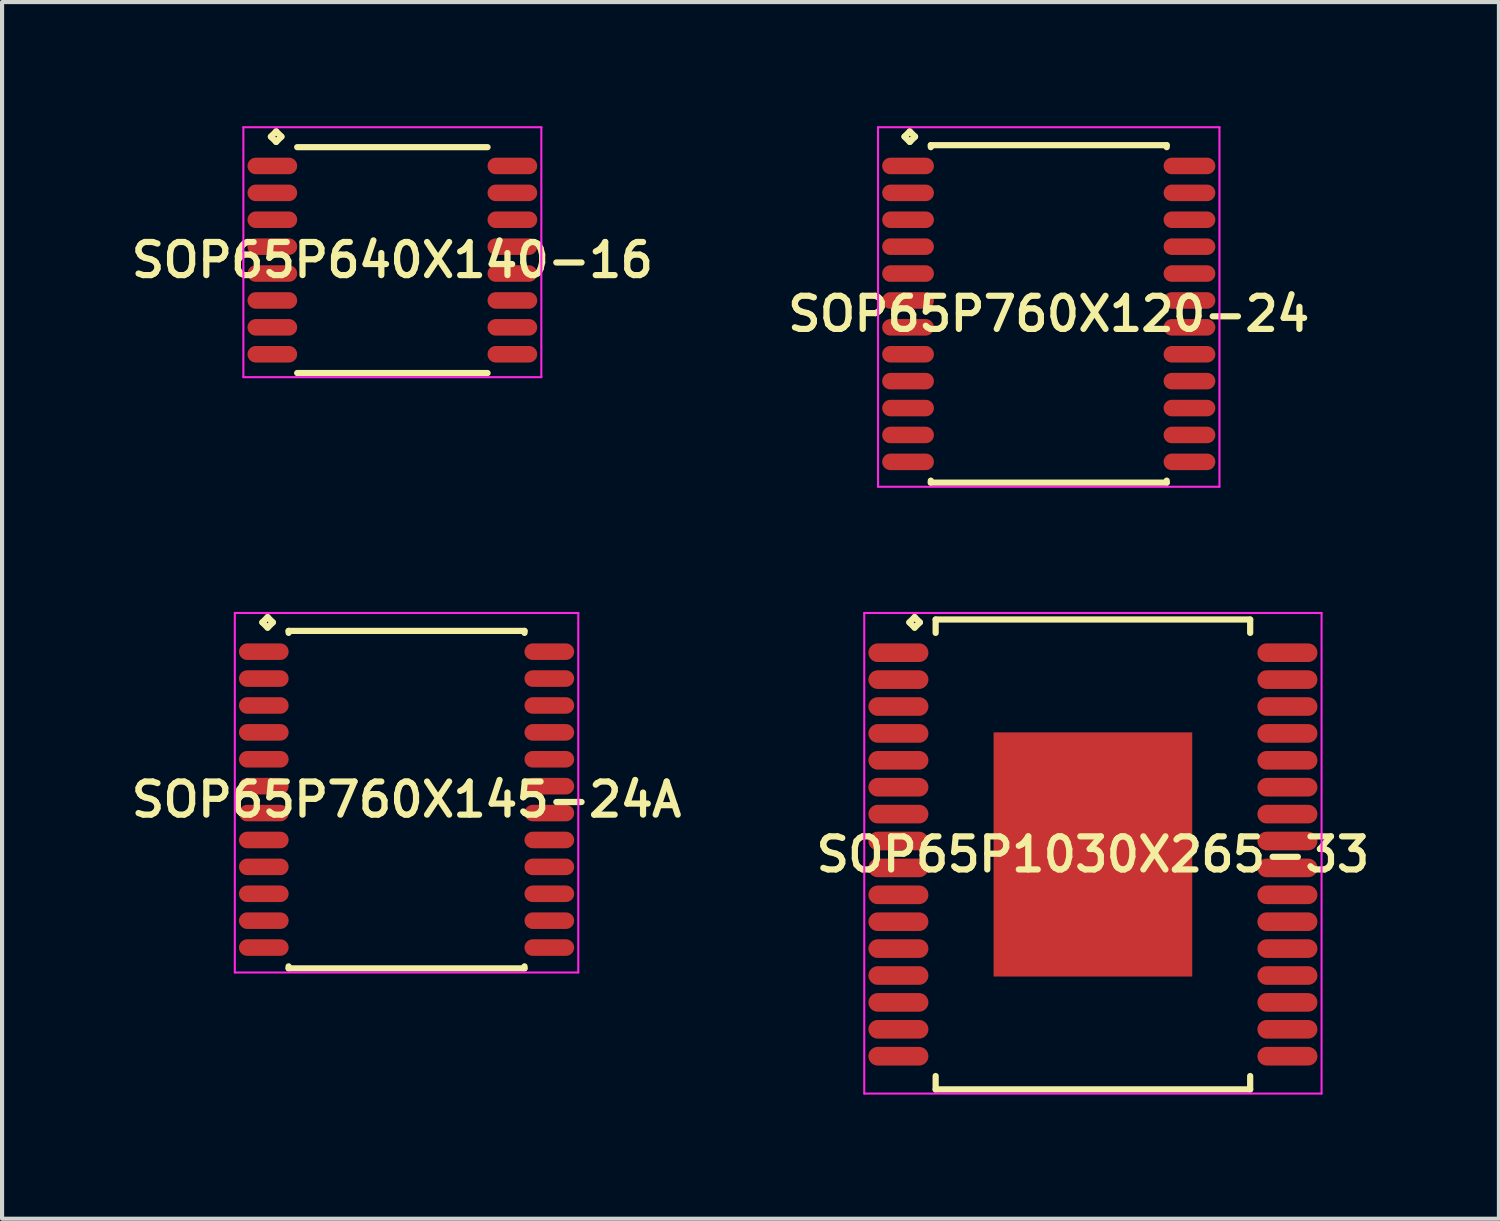
<source format=kicad_pcb>
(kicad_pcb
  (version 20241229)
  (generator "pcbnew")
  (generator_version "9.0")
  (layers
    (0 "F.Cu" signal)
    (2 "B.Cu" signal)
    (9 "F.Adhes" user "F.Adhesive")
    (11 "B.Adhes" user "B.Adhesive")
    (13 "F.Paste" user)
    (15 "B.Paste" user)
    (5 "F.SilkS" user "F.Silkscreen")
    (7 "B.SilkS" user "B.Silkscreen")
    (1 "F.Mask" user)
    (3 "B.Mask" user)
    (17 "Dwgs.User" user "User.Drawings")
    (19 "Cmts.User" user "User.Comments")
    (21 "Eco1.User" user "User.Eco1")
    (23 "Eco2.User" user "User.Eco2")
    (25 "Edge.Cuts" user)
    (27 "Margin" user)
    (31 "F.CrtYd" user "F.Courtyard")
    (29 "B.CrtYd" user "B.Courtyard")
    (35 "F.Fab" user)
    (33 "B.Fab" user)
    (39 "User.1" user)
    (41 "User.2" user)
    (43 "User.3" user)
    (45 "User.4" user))
  (footprint "SOP65P760X145-24A"
    (layer "F.Cu")
    (at 6.774 16.272)
    (property "Reference" "SOP65P760X145-24A" (at 0 0 0) (layer "F.SilkS") (effects (font (size 0.8 0.8) (thickness 0.15))))
    (attr smd)
    (fp_line (start -3.485 -4.283) (end -3.358 -4.41) (stroke (width 0.15) (type solid)) (layer "F.SilkS"))
    (fp_line (start -3.358 -4.41) (end -3.231 -4.283) (stroke (width 0.15) (type solid)) (layer "F.SilkS"))
    (fp_line (start -3.358 -4.156) (end -3.485 -4.283) (stroke (width 0.15) (type solid)) (layer "F.SilkS"))
    (fp_line (start -3.231 -4.283) (end -3.358 -4.156) (stroke (width 0.15) (type solid)) (layer "F.SilkS"))
    (fp_line (start -2.85 -4.077) (end 2.85 -4.077) (stroke (width 0.15) (type solid)) (layer "F.SilkS"))
    (fp_line (start -2.85 -4.029) (end -2.85 -4.077) (stroke (width 0.15) (type solid)) (layer "F.SilkS"))
    (fp_line (start -2.85 4.029) (end -2.85 4.077) (stroke (width 0.15) (type solid)) (layer "F.SilkS"))
    (fp_line (start -2.85 4.077) (end 2.85 4.077) (stroke (width 0.15) (type solid)) (layer "F.SilkS"))
    (fp_line (start 2.85 -4.077) (end 2.85 -4.029) (stroke (width 0.15) (type solid)) (layer "F.SilkS"))
    (fp_line (start 2.85 4.077) (end 2.85 4.029) (stroke (width 0.15) (type solid)) (layer "F.SilkS"))
    (fp_line (start -4.15 -4.51) (end 4.15 -4.51) (stroke (width 0.05) (type solid)) (layer "F.CrtYd"))
    (fp_line (start -4.15 4.177) (end -4.15 -4.51) (stroke (width 0.05) (type solid)) (layer "F.CrtYd"))
    (fp_line (start 4.15 -4.51) (end 4.15 4.177) (stroke (width 0.05) (type solid)) (layer "F.CrtYd"))
    (fp_line (start 4.15 4.177) (end -4.15 4.177) (stroke (width 0.05) (type solid)) (layer "F.CrtYd"))
    (pad "1" smd oval (at -3.45 -3.575) (size 1.2 0.4) (layers "F.Cu" "F.Mask" "F.Paste"))
    (pad "2" smd oval (at -3.45 -2.925) (size 1.2 0.4) (layers "F.Cu" "F.Mask" "F.Paste"))
    (pad "3" smd oval (at -3.45 -2.275) (size 1.2 0.4) (layers "F.Cu" "F.Mask" "F.Paste"))
    (pad "4" smd oval (at -3.45 -1.625) (size 1.2 0.4) (layers "F.Cu" "F.Mask" "F.Paste"))
    (pad "5" smd oval (at -3.45 -0.975) (size 1.2 0.4) (layers "F.Cu" "F.Mask" "F.Paste"))
    (pad "6" smd oval (at -3.45 -0.325) (size 1.2 0.4) (layers "F.Cu" "F.Mask" "F.Paste"))
    (pad "7" smd oval (at -3.45 0.325) (size 1.2 0.4) (layers "F.Cu" "F.Mask" "F.Paste"))
    (pad "8" smd oval (at -3.45 0.975) (size 1.2 0.4) (layers "F.Cu" "F.Mask" "F.Paste"))
    (pad "9" smd oval (at -3.45 1.625) (size 1.2 0.4) (layers "F.Cu" "F.Mask" "F.Paste"))
    (pad "10" smd oval (at -3.45 2.275) (size 1.2 0.4) (layers "F.Cu" "F.Mask" "F.Paste"))
    (pad "11" smd oval (at -3.45 2.925) (size 1.2 0.4) (layers "F.Cu" "F.Mask" "F.Paste"))
    (pad "12" smd oval (at -3.45 3.575) (size 1.2 0.4) (layers "F.Cu" "F.Mask" "F.Paste"))
    (pad "13" smd oval (at 3.45 3.575) (size 1.2 0.4) (layers "F.Cu" "F.Mask" "F.Paste"))
    (pad "14" smd oval (at 3.45 2.925) (size 1.2 0.4) (layers "F.Cu" "F.Mask" "F.Paste"))
    (pad "15" smd oval (at 3.45 2.275) (size 1.2 0.4) (layers "F.Cu" "F.Mask" "F.Paste"))
    (pad "16" smd oval (at 3.45 1.625) (size 1.2 0.4) (layers "F.Cu" "F.Mask" "F.Paste"))
    (pad "17" smd oval (at 3.45 0.975) (size 1.2 0.4) (layers "F.Cu" "F.Mask" "F.Paste"))
    (pad "18" smd oval (at 3.45 0.325) (size 1.2 0.4) (layers "F.Cu" "F.Mask" "F.Paste"))
    (pad "19" smd oval (at 3.45 -0.325) (size 1.2 0.4) (layers "F.Cu" "F.Mask" "F.Paste"))
    (pad "20" smd oval (at 3.45 -0.975) (size 1.2 0.4) (layers "F.Cu" "F.Mask" "F.Paste"))
    (pad "21" smd oval (at 3.45 -1.625) (size 1.2 0.4) (layers "F.Cu" "F.Mask" "F.Paste"))
    (pad "22" smd oval (at 3.45 -2.275) (size 1.2 0.4) (layers "F.Cu" "F.Mask" "F.Paste"))
    (pad "23" smd oval (at 3.45 -2.925) (size 1.2 0.4) (layers "F.Cu" "F.Mask" "F.Paste"))
    (pad "24" smd oval (at 3.45 -3.575) (size 1.2 0.4) (layers "F.Cu" "F.Mask" "F.Paste")))
  (footprint "SOP65P640X140-16"
    (layer "F.Cu")
    (at 6.431 3.235)
    (property "Reference" "SOP65P640X140-16" (at 0 0 0) (layer "F.SilkS") (effects (font (size 0.8 0.8) (thickness 0.15))))
    (attr smd)
    (fp_line (start -2.935 -2.983) (end -2.808 -3.11) (stroke (width 0.15) (type solid)) (layer "F.SilkS"))
    (fp_line (start -2.808 -3.11) (end -2.681 -2.983) (stroke (width 0.15) (type solid)) (layer "F.SilkS"))
    (fp_line (start -2.808 -2.856) (end -2.935 -2.983) (stroke (width 0.15) (type solid)) (layer "F.SilkS"))
    (fp_line (start -2.681 -2.983) (end -2.808 -2.856) (stroke (width 0.15) (type solid)) (layer "F.SilkS"))
    (fp_line (start -2.3 -2.729) (end 2.3 -2.729) (stroke (width 0.15) (type solid)) (layer "F.SilkS"))
    (fp_line (start -2.3 2.729) (end 2.3 2.729) (stroke (width 0.15) (type solid)) (layer "F.SilkS"))
    (fp_line (start -3.6 -3.21) (end 3.6 -3.21) (stroke (width 0.05) (type solid)) (layer "F.CrtYd"))
    (fp_line (start -3.6 2.829) (end -3.6 -3.21) (stroke (width 0.05) (type solid)) (layer "F.CrtYd"))
    (fp_line (start 3.6 -3.21) (end 3.6 2.829) (stroke (width 0.05) (type solid)) (layer "F.CrtYd"))
    (fp_line (start 3.6 2.829) (end -3.6 2.829) (stroke (width 0.05) (type solid)) (layer "F.CrtYd"))
    (pad "1" smd oval (at -2.9 -2.275) (size 1.2 0.4) (layers "F.Cu" "F.Mask" "F.Paste"))
    (pad "2" smd oval (at -2.9 -1.625) (size 1.2 0.4) (layers "F.Cu" "F.Mask" "F.Paste"))
    (pad "3" smd oval (at -2.9 -0.975) (size 1.2 0.4) (layers "F.Cu" "F.Mask" "F.Paste"))
    (pad "4" smd oval (at -2.9 -0.325) (size 1.2 0.4) (layers "F.Cu" "F.Mask" "F.Paste"))
    (pad "5" smd oval (at -2.9 0.325) (size 1.2 0.4) (layers "F.Cu" "F.Mask" "F.Paste"))
    (pad "6" smd oval (at -2.9 0.975) (size 1.2 0.4) (layers "F.Cu" "F.Mask" "F.Paste"))
    (pad "7" smd oval (at -2.9 1.625) (size 1.2 0.4) (layers "F.Cu" "F.Mask" "F.Paste"))
    (pad "8" smd oval (at -2.9 2.275) (size 1.2 0.4) (layers "F.Cu" "F.Mask" "F.Paste"))
    (pad "9" smd oval (at 2.9 2.275) (size 1.2 0.4) (layers "F.Cu" "F.Mask" "F.Paste"))
    (pad "10" smd oval (at 2.9 1.625) (size 1.2 0.4) (layers "F.Cu" "F.Mask" "F.Paste"))
    (pad "11" smd oval (at 2.9 0.975) (size 1.2 0.4) (layers "F.Cu" "F.Mask" "F.Paste"))
    (pad "12" smd oval (at 2.9 0.325) (size 1.2 0.4) (layers "F.Cu" "F.Mask" "F.Paste"))
    (pad "13" smd oval (at 2.9 -0.325) (size 1.2 0.4) (layers "F.Cu" "F.Mask" "F.Paste"))
    (pad "14" smd oval (at 2.9 -0.975) (size 1.2 0.4) (layers "F.Cu" "F.Mask" "F.Paste"))
    (pad "15" smd oval (at 2.9 -1.625) (size 1.2 0.4) (layers "F.Cu" "F.Mask" "F.Paste"))
    (pad "16" smd oval (at 2.9 -2.275) (size 1.2 0.4) (layers "F.Cu" "F.Mask" "F.Paste")))
  (footprint "SOP65P1030X265-33"
    (layer "F.Cu")
    (at 23.359 17.597)
    (property "Reference" "SOP65P1030X265-33" (at 0 0 0) (layer "F.SilkS") (effects (font (size 0.8 0.8) (thickness 0.15))))
    (attr smd)
    (fp_line (start -4.435 -5.608) (end -4.308 -5.735) (stroke (width 0.15) (type solid)) (layer "F.SilkS"))
    (fp_line (start -4.308 -5.735) (end -4.181 -5.608) (stroke (width 0.15) (type solid)) (layer "F.SilkS"))
    (fp_line (start -4.308 -5.481) (end -4.435 -5.608) (stroke (width 0.15) (type solid)) (layer "F.SilkS"))
    (fp_line (start -4.181 -5.608) (end -4.308 -5.481) (stroke (width 0.15) (type solid)) (layer "F.SilkS"))
    (fp_line (start -3.8 -5.677) (end 3.8 -5.677) (stroke (width 0.15) (type solid)) (layer "F.SilkS"))
    (fp_line (start -3.8 -5.354) (end -3.8 -5.677) (stroke (width 0.15) (type solid)) (layer "F.SilkS"))
    (fp_line (start -3.8 5.354) (end -3.8 5.677) (stroke (width 0.15) (type solid)) (layer "F.SilkS"))
    (fp_line (start -3.8 5.677) (end 3.8 5.677) (stroke (width 0.15) (type solid)) (layer "F.SilkS"))
    (fp_line (start 3.8 -5.677) (end 3.8 -5.354) (stroke (width 0.15) (type solid)) (layer "F.SilkS"))
    (fp_line (start 3.8 5.677) (end 3.8 5.354) (stroke (width 0.15) (type solid)) (layer "F.SilkS"))
    (fp_line (start -5.525 -5.835) (end 5.525 -5.835) (stroke (width 0.05) (type solid)) (layer "F.CrtYd"))
    (fp_line (start -5.525 5.777) (end -5.525 -5.835) (stroke (width 0.05) (type solid)) (layer "F.CrtYd"))
    (fp_line (start 5.525 -5.835) (end 5.525 5.777) (stroke (width 0.05) (type solid)) (layer "F.CrtYd"))
    (fp_line (start 5.525 5.777) (end -5.525 5.777) (stroke (width 0.05) (type solid)) (layer "F.CrtYd"))
    (pad "1" smd oval (at -4.7 -4.875) (size 1.45 0.45) (layers "F.Cu" "F.Mask" "F.Paste"))
    (pad "2" smd oval (at -4.7 -4.225) (size 1.45 0.45) (layers "F.Cu" "F.Mask" "F.Paste"))
    (pad "3" smd oval (at -4.7 -3.575) (size 1.45 0.45) (layers "F.Cu" "F.Mask" "F.Paste"))
    (pad "4" smd oval (at -4.7 -2.925) (size 1.45 0.45) (layers "F.Cu" "F.Mask" "F.Paste"))
    (pad "5" smd oval (at -4.7 -2.275) (size 1.45 0.45) (layers "F.Cu" "F.Mask" "F.Paste"))
    (pad "6" smd oval (at -4.7 -1.625) (size 1.45 0.45) (layers "F.Cu" "F.Mask" "F.Paste"))
    (pad "7" smd oval (at -4.7 -0.975) (size 1.45 0.45) (layers "F.Cu" "F.Mask" "F.Paste"))
    (pad "8" smd oval (at -4.7 -0.325) (size 1.45 0.45) (layers "F.Cu" "F.Mask" "F.Paste"))
    (pad "9" smd oval (at -4.7 0.325) (size 1.45 0.45) (layers "F.Cu" "F.Mask" "F.Paste"))
    (pad "10" smd oval (at -4.7 0.975) (size 1.45 0.45) (layers "F.Cu" "F.Mask" "F.Paste"))
    (pad "11" smd oval (at -4.7 1.625) (size 1.45 0.45) (layers "F.Cu" "F.Mask" "F.Paste"))
    (pad "12" smd oval (at -4.7 2.275) (size 1.45 0.45) (layers "F.Cu" "F.Mask" "F.Paste"))
    (pad "13" smd oval (at -4.7 2.925) (size 1.45 0.45) (layers "F.Cu" "F.Mask" "F.Paste"))
    (pad "14" smd oval (at -4.7 3.575) (size 1.45 0.45) (layers "F.Cu" "F.Mask" "F.Paste"))
    (pad "15" smd oval (at -4.7 4.225) (size 1.45 0.45) (layers "F.Cu" "F.Mask" "F.Paste"))
    (pad "16" smd oval (at -4.7 4.875) (size 1.45 0.45) (layers "F.Cu" "F.Mask" "F.Paste"))
    (pad "17" smd oval (at 4.7 4.875) (size 1.45 0.45) (layers "F.Cu" "F.Mask" "F.Paste"))
    (pad "18" smd oval (at 4.7 4.225) (size 1.45 0.45) (layers "F.Cu" "F.Mask" "F.Paste"))
    (pad "19" smd oval (at 4.7 3.575) (size 1.45 0.45) (layers "F.Cu" "F.Mask" "F.Paste"))
    (pad "20" smd oval (at 4.7 2.925) (size 1.45 0.45) (layers "F.Cu" "F.Mask" "F.Paste"))
    (pad "21" smd oval (at 4.7 2.275) (size 1.45 0.45) (layers "F.Cu" "F.Mask" "F.Paste"))
    (pad "22" smd oval (at 4.7 1.625) (size 1.45 0.45) (layers "F.Cu" "F.Mask" "F.Paste"))
    (pad "23" smd oval (at 4.7 0.975) (size 1.45 0.45) (layers "F.Cu" "F.Mask" "F.Paste"))
    (pad "24" smd oval (at 4.7 0.325) (size 1.45 0.45) (layers "F.Cu" "F.Mask" "F.Paste"))
    (pad "25" smd oval (at 4.7 -0.325) (size 1.45 0.45) (layers "F.Cu" "F.Mask" "F.Paste"))
    (pad "26" smd oval (at 4.7 -0.975) (size 1.45 0.45) (layers "F.Cu" "F.Mask" "F.Paste"))
    (pad "27" smd oval (at 4.7 -1.625) (size 1.45 0.45) (layers "F.Cu" "F.Mask" "F.Paste"))
    (pad "28" smd oval (at 4.7 -2.275) (size 1.45 0.45) (layers "F.Cu" "F.Mask" "F.Paste"))
    (pad "29" smd oval (at 4.7 -2.925) (size 1.45 0.45) (layers "F.Cu" "F.Mask" "F.Paste"))
    (pad "30" smd oval (at 4.7 -3.575) (size 1.45 0.45) (layers "F.Cu" "F.Mask" "F.Paste"))
    (pad "31" smd oval (at 4.7 -4.225) (size 1.45 0.45) (layers "F.Cu" "F.Mask" "F.Paste"))
    (pad "32" smd oval (at 4.7 -4.875) (size 1.45 0.45) (layers "F.Cu" "F.Mask" "F.Paste"))
    (pad "33" smd rect (at 0 0) (size 4.8 5.9) (layers "F.Cu" "F.Mask" "F.Paste")))
  (footprint "SOP65P760X120-24"
    (layer "F.Cu")
    (at 22.292 4.535)
    (property "Reference" "SOP65P760X120-24" (at 0 0 0) (layer "F.SilkS") (effects (font (size 0.8 0.8) (thickness 0.15))))
    (attr smd)
    (fp_line (start -3.485 -4.283) (end -3.358 -4.41) (stroke (width 0.15) (type solid)) (layer "F.SilkS"))
    (fp_line (start -3.358 -4.41) (end -3.231 -4.283) (stroke (width 0.15) (type solid)) (layer "F.SilkS"))
    (fp_line (start -3.358 -4.156) (end -3.485 -4.283) (stroke (width 0.15) (type solid)) (layer "F.SilkS"))
    (fp_line (start -3.231 -4.283) (end -3.358 -4.156) (stroke (width 0.15) (type solid)) (layer "F.SilkS"))
    (fp_line (start -2.85 -4.077) (end 2.85 -4.077) (stroke (width 0.15) (type solid)) (layer "F.SilkS"))
    (fp_line (start -2.85 -4.029) (end -2.85 -4.077) (stroke (width 0.15) (type solid)) (layer "F.SilkS"))
    (fp_line (start -2.85 4.029) (end -2.85 4.077) (stroke (width 0.15) (type solid)) (layer "F.SilkS"))
    (fp_line (start -2.85 4.077) (end 2.85 4.077) (stroke (width 0.15) (type solid)) (layer "F.SilkS"))
    (fp_line (start 2.85 -4.077) (end 2.85 -4.029) (stroke (width 0.15) (type solid)) (layer "F.SilkS"))
    (fp_line (start 2.85 4.077) (end 2.85 4.029) (stroke (width 0.15) (type solid)) (layer "F.SilkS"))
    (fp_line (start -4.125 -4.51) (end 4.125 -4.51) (stroke (width 0.05) (type solid)) (layer "F.CrtYd"))
    (fp_line (start -4.125 4.177) (end -4.125 -4.51) (stroke (width 0.05) (type solid)) (layer "F.CrtYd"))
    (fp_line (start 4.125 -4.51) (end 4.125 4.177) (stroke (width 0.05) (type solid)) (layer "F.CrtYd"))
    (fp_line (start 4.125 4.177) (end -4.125 4.177) (stroke (width 0.05) (type solid)) (layer "F.CrtYd"))
    (pad "1" smd oval (at -3.4 -3.575) (size 1.25 0.4) (layers "F.Cu" "F.Mask" "F.Paste"))
    (pad "2" smd oval (at -3.4 -2.925) (size 1.25 0.4) (layers "F.Cu" "F.Mask" "F.Paste"))
    (pad "3" smd oval (at -3.4 -2.275) (size 1.25 0.4) (layers "F.Cu" "F.Mask" "F.Paste"))
    (pad "4" smd oval (at -3.4 -1.625) (size 1.25 0.4) (layers "F.Cu" "F.Mask" "F.Paste"))
    (pad "5" smd oval (at -3.4 -0.975) (size 1.25 0.4) (layers "F.Cu" "F.Mask" "F.Paste"))
    (pad "6" smd oval (at -3.4 -0.325) (size 1.25 0.4) (layers "F.Cu" "F.Mask" "F.Paste"))
    (pad "7" smd oval (at -3.4 0.325) (size 1.25 0.4) (layers "F.Cu" "F.Mask" "F.Paste"))
    (pad "8" smd oval (at -3.4 0.975) (size 1.25 0.4) (layers "F.Cu" "F.Mask" "F.Paste"))
    (pad "9" smd oval (at -3.4 1.625) (size 1.25 0.4) (layers "F.Cu" "F.Mask" "F.Paste"))
    (pad "10" smd oval (at -3.4 2.275) (size 1.25 0.4) (layers "F.Cu" "F.Mask" "F.Paste"))
    (pad "11" smd oval (at -3.4 2.925) (size 1.25 0.4) (layers "F.Cu" "F.Mask" "F.Paste"))
    (pad "12" smd oval (at -3.4 3.575) (size 1.25 0.4) (layers "F.Cu" "F.Mask" "F.Paste"))
    (pad "13" smd oval (at 3.4 3.575) (size 1.25 0.4) (layers "F.Cu" "F.Mask" "F.Paste"))
    (pad "14" smd oval (at 3.4 2.925) (size 1.25 0.4) (layers "F.Cu" "F.Mask" "F.Paste"))
    (pad "15" smd oval (at 3.4 2.275) (size 1.25 0.4) (layers "F.Cu" "F.Mask" "F.Paste"))
    (pad "16" smd oval (at 3.4 1.625) (size 1.25 0.4) (layers "F.Cu" "F.Mask" "F.Paste"))
    (pad "17" smd oval (at 3.4 0.975) (size 1.25 0.4) (layers "F.Cu" "F.Mask" "F.Paste"))
    (pad "18" smd oval (at 3.4 0.325) (size 1.25 0.4) (layers "F.Cu" "F.Mask" "F.Paste"))
    (pad "19" smd oval (at 3.4 -0.325) (size 1.25 0.4) (layers "F.Cu" "F.Mask" "F.Paste"))
    (pad "20" smd oval (at 3.4 -0.975) (size 1.25 0.4) (layers "F.Cu" "F.Mask" "F.Paste"))
    (pad "21" smd oval (at 3.4 -1.625) (size 1.25 0.4) (layers "F.Cu" "F.Mask" "F.Paste"))
    (pad "22" smd oval (at 3.4 -2.275) (size 1.25 0.4) (layers "F.Cu" "F.Mask" "F.Paste"))
    (pad "23" smd oval (at 3.4 -2.925) (size 1.25 0.4) (layers "F.Cu" "F.Mask" "F.Paste"))
    (pad "24" smd oval (at 3.4 -3.575) (size 1.25 0.4) (layers "F.Cu" "F.Mask" "F.Paste")))
  (gr_rect
    (start -3 -3)
    (end 33.17 26.399)
    (stroke (width 0.1) (type default))
    (fill no)
    (layer "Edge.Cuts")))
</source>
